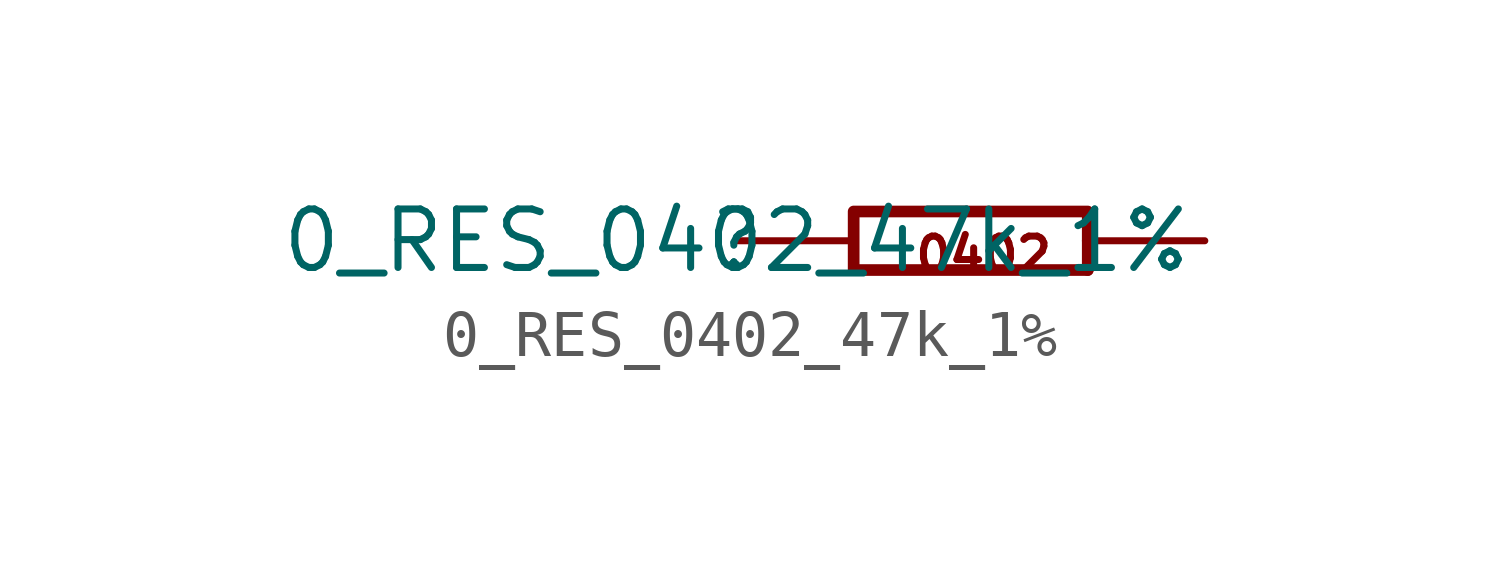
<source format=kicad_sym>
(kicad_symbol_lib
  (version 20211014)
  (generator kicad_symbol_editor)
  (symbol "0_RES_0402_47k_1%"
    (property "Reference" ""
      (at 0 0 0)
      (effects (font (size 1.27 1.27))))
    (property "Value" "0_RES_0402_47k_1%"
      (at 0 0 0)
      (effects (font (size 1.27 1.27))))
    (symbol "0_RES_0402_47k_1%_1_0"
      (polyline (pts (xy 7.62 -0.635) (xy 7.62 0)) (stroke (width 0.254) (type default) (color 0 0 0 0)) (fill (type none)))
      (polyline (pts (xy 7.62 0) (xy 7.62 0.635) (xy 2.54 0.635) (xy 2.54 -0.635) (xy 7.62 -0.635)) (stroke (width 0.254) (type default) (color 0 0 0 0)) (fill (type none)))
      (text "0402" (at 3.81 -0.762 0) (effects (font (size 0.762 0.762)) (justify left bottom)))
      (pin passive line (at 0 0 0) (length 2.54) (name "1" (effects (font (size 0 0)))) (number "1" (effects (font (size 0 0)))))
      (pin passive line (at 10.16 0 180) (length 2.54) (name "2" (effects (font (size 0 0)))) (number "2" (effects (font (size 0 0))))))))
</source>
